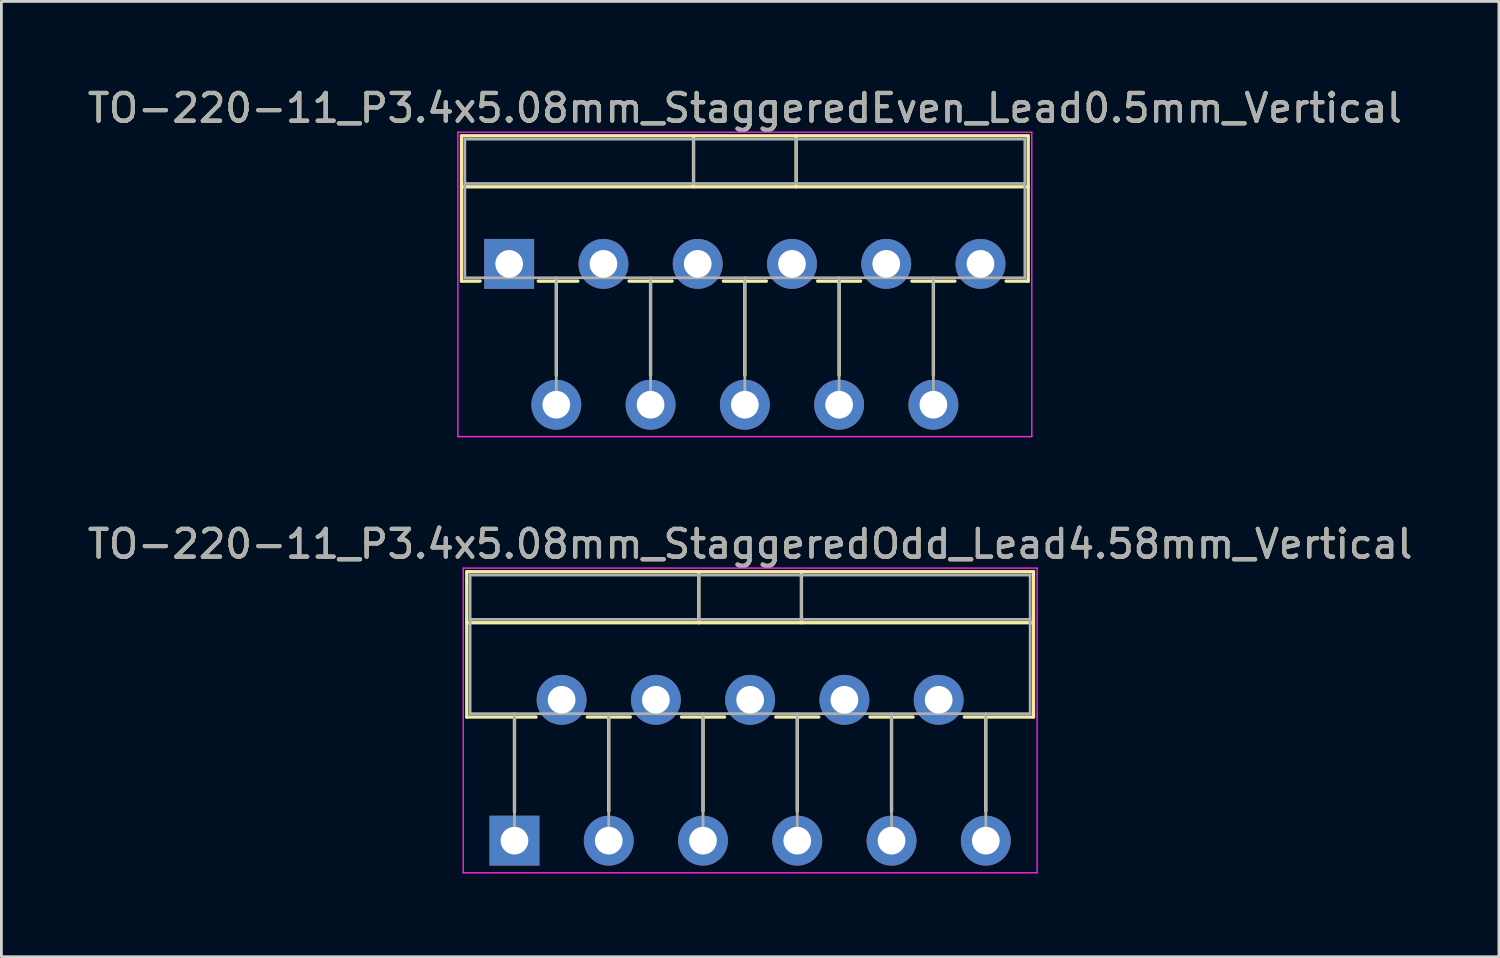
<source format=kicad_pcb>
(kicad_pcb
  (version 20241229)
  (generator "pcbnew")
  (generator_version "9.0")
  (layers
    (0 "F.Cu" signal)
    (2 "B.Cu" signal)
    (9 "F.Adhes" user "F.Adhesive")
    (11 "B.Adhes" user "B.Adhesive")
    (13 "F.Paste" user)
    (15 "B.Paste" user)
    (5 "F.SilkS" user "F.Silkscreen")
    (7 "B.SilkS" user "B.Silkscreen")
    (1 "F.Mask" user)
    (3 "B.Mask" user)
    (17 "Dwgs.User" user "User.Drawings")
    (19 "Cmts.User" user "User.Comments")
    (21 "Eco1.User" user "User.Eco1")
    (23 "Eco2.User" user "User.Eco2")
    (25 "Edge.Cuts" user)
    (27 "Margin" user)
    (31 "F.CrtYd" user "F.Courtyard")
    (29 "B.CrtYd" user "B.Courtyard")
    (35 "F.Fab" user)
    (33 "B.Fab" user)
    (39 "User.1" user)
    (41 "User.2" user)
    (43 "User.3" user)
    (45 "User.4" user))
  (footprint "TO-220-11_P3.4x5.08mm_StaggeredOdd_Lead4.58mm_Vertical"
    (layer "F.Cu")
    (at 15.506 27.271)
    (property "Reference" "TO-220-11_P3.4x5.08mm_StaggeredOdd_Lead4.58mm_Vertical" (at 8.5 -10.7 0) (layer "F.SilkS") (effects (font (size 1 1) (thickness 0.15))))
    (attr through_hole)
    (fp_line (start -1.72 -9.7) (end -1.72 -4.459) (stroke (width 0.12) (type solid)) (layer "F.SilkS"))
    (fp_line (start -1.72 -9.7) (end 18.72 -9.7) (stroke (width 0.12) (type solid)) (layer "F.SilkS"))
    (fp_line (start -1.72 -7.86) (end 18.72 -7.86) (stroke (width 0.12) (type solid)) (layer "F.SilkS"))
    (fp_line (start -1.72 -4.459) (end 0.776 -4.459) (stroke (width 0.12) (type solid)) (layer "F.SilkS"))
    (fp_line (start 0 -4.459) (end 0 -1.05) (stroke (width 0.12) (type solid)) (layer "F.SilkS"))
    (fp_line (start 2.625 -4.459) (end 4.176 -4.459) (stroke (width 0.12) (type solid)) (layer "F.SilkS"))
    (fp_line (start 3.4 -4.459) (end 3.4 -1.065) (stroke (width 0.12) (type solid)) (layer "F.SilkS"))
    (fp_line (start 6.025 -4.459) (end 7.576 -4.459) (stroke (width 0.12) (type solid)) (layer "F.SilkS"))
    (fp_line (start 6.65 -9.7) (end 6.65 -7.86) (stroke (width 0.12) (type solid)) (layer "F.SilkS"))
    (fp_line (start 6.8 -4.459) (end 6.8 -1.065) (stroke (width 0.12) (type solid)) (layer "F.SilkS"))
    (fp_line (start 9.425 -4.459) (end 10.976 -4.459) (stroke (width 0.12) (type solid)) (layer "F.SilkS"))
    (fp_line (start 10.2 -4.459) (end 10.2 -1.065) (stroke (width 0.12) (type solid)) (layer "F.SilkS"))
    (fp_line (start 10.35 -9.7) (end 10.35 -7.86) (stroke (width 0.12) (type solid)) (layer "F.SilkS"))
    (fp_line (start 12.825 -4.459) (end 14.376 -4.459) (stroke (width 0.12) (type solid)) (layer "F.SilkS"))
    (fp_line (start 13.6 -4.459) (end 13.6 -1.065) (stroke (width 0.12) (type solid)) (layer "F.SilkS"))
    (fp_line (start 16.225 -4.459) (end 18.72 -4.459) (stroke (width 0.12) (type solid)) (layer "F.SilkS"))
    (fp_line (start 17 -4.459) (end 17 -1.065) (stroke (width 0.12) (type solid)) (layer "F.SilkS"))
    (fp_line (start 18.72 -9.7) (end 18.72 -4.459) (stroke (width 0.12) (type solid)) (layer "F.SilkS"))
    (fp_line (start -1.85 -9.83) (end -1.85 1.16) (stroke (width 0.05) (type solid)) (layer "F.CrtYd"))
    (fp_line (start -1.85 1.16) (end 18.85 1.16) (stroke (width 0.05) (type solid)) (layer "F.CrtYd"))
    (fp_line (start 18.85 -9.83) (end -1.85 -9.83) (stroke (width 0.05) (type solid)) (layer "F.CrtYd"))
    (fp_line (start 18.85 1.16) (end 18.85 -9.83) (stroke (width 0.05) (type solid)) (layer "F.CrtYd"))
    (fp_line (start -1.6 -9.58) (end -1.6 -4.58) (stroke (width 0.1) (type solid)) (layer "F.Fab"))
    (fp_line (start -1.6 -7.98) (end 18.6 -7.98) (stroke (width 0.1) (type solid)) (layer "F.Fab"))
    (fp_line (start -1.6 -4.58) (end 18.6 -4.58) (stroke (width 0.1) (type solid)) (layer "F.Fab"))
    (fp_line (start 0 -4.58) (end 0 0) (stroke (width 0.1) (type solid)) (layer "F.Fab"))
    (fp_line (start 3.4 -4.58) (end 3.4 0) (stroke (width 0.1) (type solid)) (layer "F.Fab"))
    (fp_line (start 6.65 -9.58) (end 6.65 -7.98) (stroke (width 0.1) (type solid)) (layer "F.Fab"))
    (fp_line (start 6.8 -4.58) (end 6.8 0) (stroke (width 0.1) (type solid)) (layer "F.Fab"))
    (fp_line (start 10.2 -4.58) (end 10.2 0) (stroke (width 0.1) (type solid)) (layer "F.Fab"))
    (fp_line (start 10.35 -9.58) (end 10.35 -7.98) (stroke (width 0.1) (type solid)) (layer "F.Fab"))
    (fp_line (start 13.6 -4.58) (end 13.6 0) (stroke (width 0.1) (type solid)) (layer "F.Fab"))
    (fp_line (start 17 -4.58) (end 17 0) (stroke (width 0.1) (type solid)) (layer "F.Fab"))
    (fp_line (start 18.6 -9.58) (end -1.6 -9.58) (stroke (width 0.1) (type solid)) (layer "F.Fab"))
    (fp_line (start 18.6 -4.58) (end 18.6 -9.58) (stroke (width 0.1) (type solid)) (layer "F.Fab"))
    (fp_text user "${REFERENCE}" (at 8.5 -10.7 0) (layer "F.Fab") (effects (font (size 1 1) (thickness 0.15))))
    (pad "1" thru_hole rect (at 0 0) (size 1.8 1.8) (drill 1) (layers "*.Cu" "*.Mask"))
    (pad "2" thru_hole oval (at 1.7 -5.08) (size 1.8 1.8) (drill 1) (layers "*.Cu" "*.Mask"))
    (pad "3" thru_hole oval (at 3.4 0) (size 1.8 1.8) (drill 1) (layers "*.Cu" "*.Mask"))
    (pad "4" thru_hole oval (at 5.1 -5.08) (size 1.8 1.8) (drill 1) (layers "*.Cu" "*.Mask"))
    (pad "5" thru_hole oval (at 6.8 0) (size 1.8 1.8) (drill 1) (layers "*.Cu" "*.Mask"))
    (pad "6" thru_hole oval (at 8.5 -5.08) (size 1.8 1.8) (drill 1) (layers "*.Cu" "*.Mask"))
    (pad "7" thru_hole oval (at 10.2 0) (size 1.8 1.8) (drill 1) (layers "*.Cu" "*.Mask"))
    (pad "8" thru_hole oval (at 11.9 -5.08) (size 1.8 1.8) (drill 1) (layers "*.Cu" "*.Mask"))
    (pad "9" thru_hole oval (at 13.6 0) (size 1.8 1.8) (drill 1) (layers "*.Cu" "*.Mask"))
    (pad "10" thru_hole oval (at 15.3 -5.08) (size 1.8 1.8) (drill 1) (layers "*.Cu" "*.Mask"))
    (pad "11" thru_hole oval (at 17 0) (size 1.8 1.8) (drill 1) (layers "*.Cu" "*.Mask")))
  (footprint "TO-220-11_P3.4x5.08mm_StaggeredEven_Lead0.5mm_Vertical"
    (layer "F.Cu")
    (at 15.315 6.468)
    (property "Reference" "TO-220-11_P3.4x5.08mm_StaggeredEven_Lead0.5mm_Vertical" (at 8.5 -5.62 0) (layer "F.SilkS") (effects (font (size 1 1) (thickness 0.15))))
    (attr through_hole)
    (fp_line (start -1.72 -4.62) (end -1.72 0.621) (stroke (width 0.12) (type solid)) (layer "F.SilkS"))
    (fp_line (start -1.72 -4.62) (end 18.72 -4.62) (stroke (width 0.12) (type solid)) (layer "F.SilkS"))
    (fp_line (start -1.72 -2.78) (end 18.72 -2.78) (stroke (width 0.12) (type solid)) (layer "F.SilkS"))
    (fp_line (start -1.72 0.621) (end -1.05 0.621) (stroke (width 0.12) (type solid)) (layer "F.SilkS"))
    (fp_line (start 1.05 0.621) (end 2.476 0.621) (stroke (width 0.12) (type solid)) (layer "F.SilkS"))
    (fp_line (start 1.7 0.621) (end 1.7 4.015) (stroke (width 0.12) (type solid)) (layer "F.SilkS"))
    (fp_line (start 4.325 0.621) (end 5.876 0.621) (stroke (width 0.12) (type solid)) (layer "F.SilkS"))
    (fp_line (start 5.1 0.621) (end 5.1 4.015) (stroke (width 0.12) (type solid)) (layer "F.SilkS"))
    (fp_line (start 6.65 -4.62) (end 6.65 -2.78) (stroke (width 0.12) (type solid)) (layer "F.SilkS"))
    (fp_line (start 7.725 0.621) (end 9.276 0.621) (stroke (width 0.12) (type solid)) (layer "F.SilkS"))
    (fp_line (start 8.5 0.621) (end 8.5 4.015) (stroke (width 0.12) (type solid)) (layer "F.SilkS"))
    (fp_line (start 10.35 -4.62) (end 10.35 -2.78) (stroke (width 0.12) (type solid)) (layer "F.SilkS"))
    (fp_line (start 11.125 0.621) (end 12.676 0.621) (stroke (width 0.12) (type solid)) (layer "F.SilkS"))
    (fp_line (start 11.9 0.621) (end 11.9 4.015) (stroke (width 0.12) (type solid)) (layer "F.SilkS"))
    (fp_line (start 14.525 0.621) (end 16.076 0.621) (stroke (width 0.12) (type solid)) (layer "F.SilkS"))
    (fp_line (start 15.3 0.621) (end 15.3 4.015) (stroke (width 0.12) (type solid)) (layer "F.SilkS"))
    (fp_line (start 17.925 0.621) (end 18.72 0.621) (stroke (width 0.12) (type solid)) (layer "F.SilkS"))
    (fp_line (start 18.72 -4.62) (end 18.72 0.621) (stroke (width 0.12) (type solid)) (layer "F.SilkS"))
    (fp_line (start -1.85 -4.75) (end -1.85 6.23) (stroke (width 0.05) (type solid)) (layer "F.CrtYd"))
    (fp_line (start -1.85 6.23) (end 18.85 6.23) (stroke (width 0.05) (type solid)) (layer "F.CrtYd"))
    (fp_line (start 18.85 -4.75) (end -1.85 -4.75) (stroke (width 0.05) (type solid)) (layer "F.CrtYd"))
    (fp_line (start 18.85 6.23) (end 18.85 -4.75) (stroke (width 0.05) (type solid)) (layer "F.CrtYd"))
    (fp_line (start -1.6 -4.5) (end -1.6 0.5) (stroke (width 0.1) (type solid)) (layer "F.Fab"))
    (fp_line (start -1.6 -2.9) (end 18.6 -2.9) (stroke (width 0.1) (type solid)) (layer "F.Fab"))
    (fp_line (start -1.6 0.5) (end 18.6 0.5) (stroke (width 0.1) (type solid)) (layer "F.Fab"))
    (fp_line (start 1.7 0.5) (end 1.7 5.08) (stroke (width 0.1) (type solid)) (layer "F.Fab"))
    (fp_line (start 5.1 0.5) (end 5.1 5.08) (stroke (width 0.1) (type solid)) (layer "F.Fab"))
    (fp_line (start 6.65 -4.5) (end 6.65 -2.9) (stroke (width 0.1) (type solid)) (layer "F.Fab"))
    (fp_line (start 8.5 0.5) (end 8.5 5.08) (stroke (width 0.1) (type solid)) (layer "F.Fab"))
    (fp_line (start 10.35 -4.5) (end 10.35 -2.9) (stroke (width 0.1) (type solid)) (layer "F.Fab"))
    (fp_line (start 11.9 0.5) (end 11.9 5.08) (stroke (width 0.1) (type solid)) (layer "F.Fab"))
    (fp_line (start 15.3 0.5) (end 15.3 5.08) (stroke (width 0.1) (type solid)) (layer "F.Fab"))
    (fp_line (start 18.6 -4.5) (end -1.6 -4.5) (stroke (width 0.1) (type solid)) (layer "F.Fab"))
    (fp_line (start 18.6 0.5) (end 18.6 -4.5) (stroke (width 0.1) (type solid)) (layer "F.Fab"))
    (fp_text user "${REFERENCE}" (at 8.5 -5.62 0) (layer "F.Fab") (effects (font (size 1 1) (thickness 0.15))))
    (pad "1" thru_hole rect (at 0 0) (size 1.8 1.8) (drill 1) (layers "*.Cu" "*.Mask"))
    (pad "2" thru_hole oval (at 1.7 5.08) (size 1.8 1.8) (drill 1) (layers "*.Cu" "*.Mask"))
    (pad "3" thru_hole oval (at 3.4 0) (size 1.8 1.8) (drill 1) (layers "*.Cu" "*.Mask"))
    (pad "4" thru_hole oval (at 5.1 5.08) (size 1.8 1.8) (drill 1) (layers "*.Cu" "*.Mask"))
    (pad "5" thru_hole oval (at 6.8 0) (size 1.8 1.8) (drill 1) (layers "*.Cu" "*.Mask"))
    (pad "6" thru_hole oval (at 8.5 5.08) (size 1.8 1.8) (drill 1) (layers "*.Cu" "*.Mask"))
    (pad "7" thru_hole oval (at 10.2 0) (size 1.8 1.8) (drill 1) (layers "*.Cu" "*.Mask"))
    (pad "8" thru_hole oval (at 11.9 5.08) (size 1.8 1.8) (drill 1) (layers "*.Cu" "*.Mask"))
    (pad "9" thru_hole oval (at 13.6 0) (size 1.8 1.8) (drill 1) (layers "*.Cu" "*.Mask"))
    (pad "10" thru_hole oval (at 15.3 5.08) (size 1.8 1.8) (drill 1) (layers "*.Cu" "*.Mask"))
    (pad "11" thru_hole oval (at 17 0) (size 1.8 1.8) (drill 1) (layers "*.Cu" "*.Mask")))
  (gr_rect
    (start -3 -3)
    (end 51.012 31.456)
    (stroke (width 0.1) (type default))
    (fill no)
    (layer "Edge.Cuts")))
</source>
